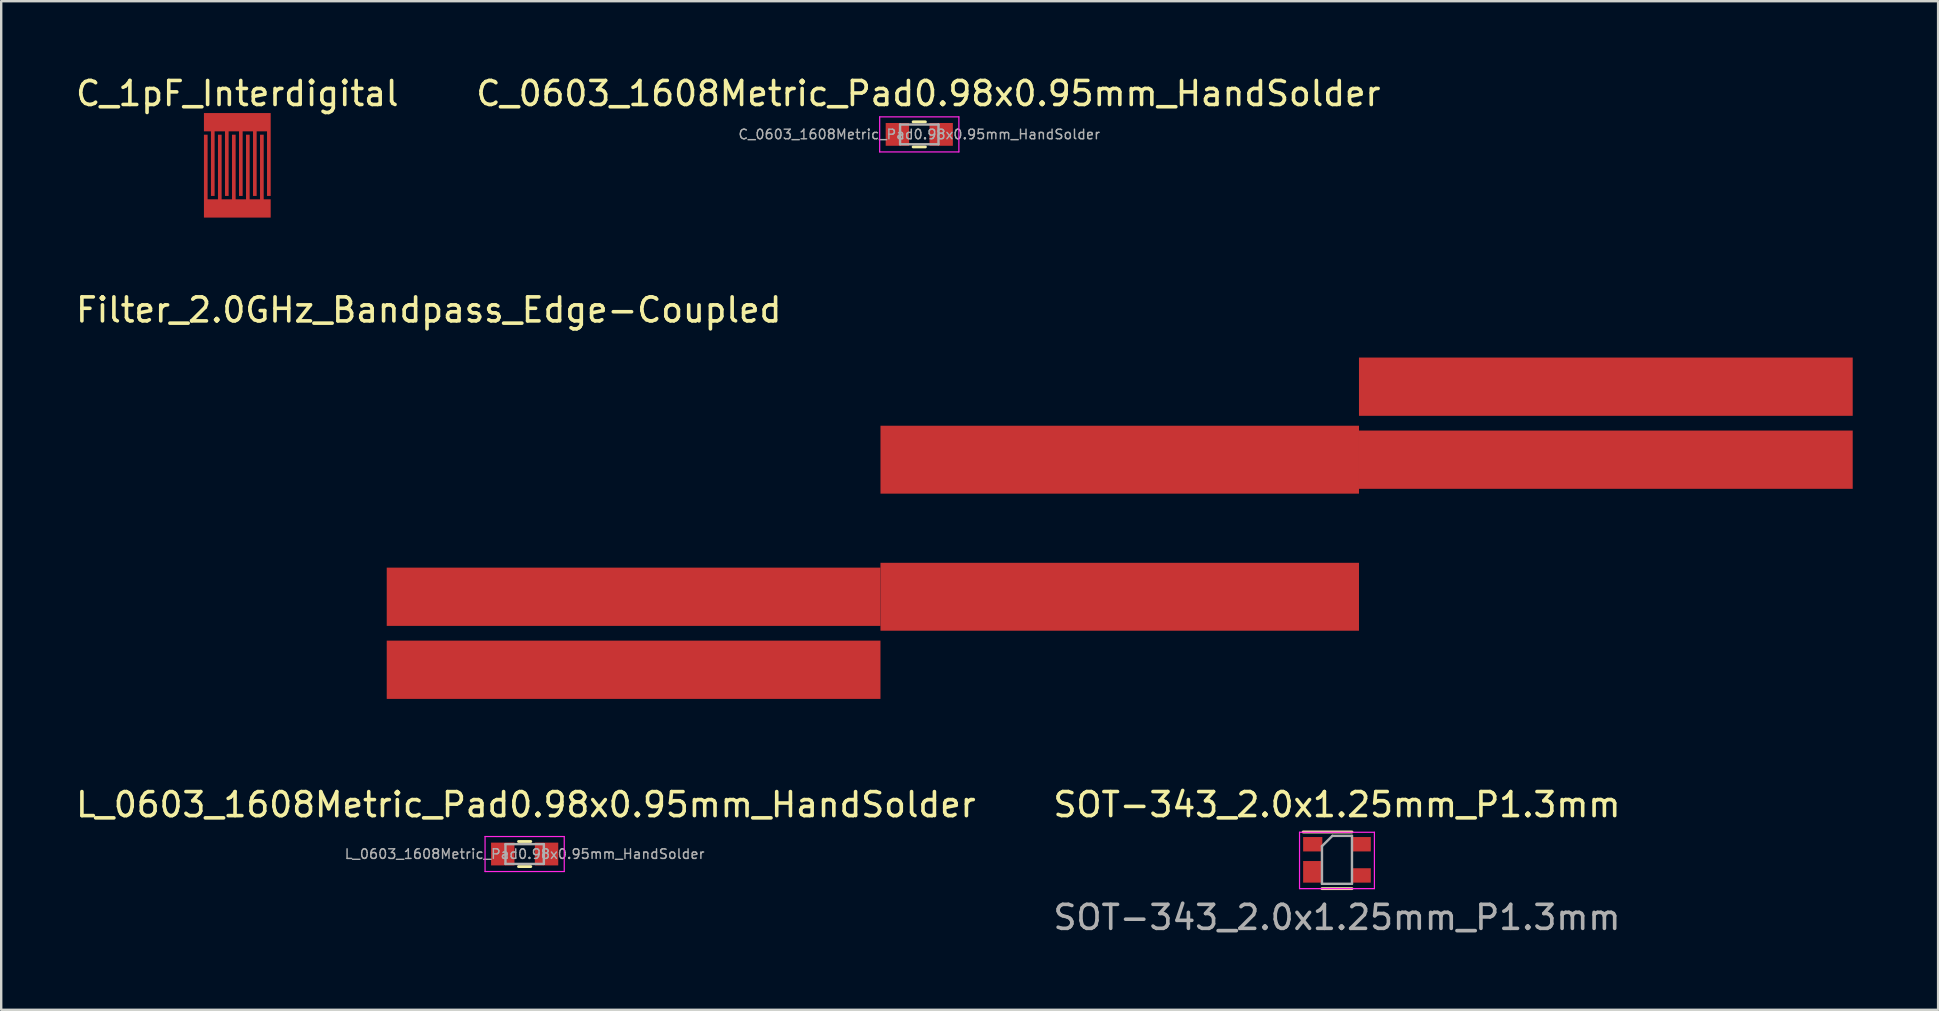
<source format=kicad_pcb>
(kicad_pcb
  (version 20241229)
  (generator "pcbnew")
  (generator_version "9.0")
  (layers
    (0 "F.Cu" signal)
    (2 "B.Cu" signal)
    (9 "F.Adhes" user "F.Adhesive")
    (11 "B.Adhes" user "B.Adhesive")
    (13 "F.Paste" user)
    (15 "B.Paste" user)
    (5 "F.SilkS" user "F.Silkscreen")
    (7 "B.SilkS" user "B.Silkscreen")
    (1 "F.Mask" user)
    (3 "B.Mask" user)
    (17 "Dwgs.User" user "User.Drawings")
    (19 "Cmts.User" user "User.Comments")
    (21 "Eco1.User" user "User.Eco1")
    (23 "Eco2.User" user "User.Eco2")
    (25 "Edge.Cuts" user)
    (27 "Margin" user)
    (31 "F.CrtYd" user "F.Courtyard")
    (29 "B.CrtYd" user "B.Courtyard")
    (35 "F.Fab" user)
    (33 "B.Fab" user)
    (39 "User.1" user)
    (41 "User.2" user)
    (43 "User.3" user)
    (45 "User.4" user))
  (footprint "SOT-343_2.0x1.25mm_P1.3mm"
    (layer "F.Cu")
    (at 52.661 32.779)
    (property "Reference" "SOT-343_2.0x1.25mm_P1.3mm" (at 0 -2.3 0) (layer "F.SilkS") (effects (font (size 1 1) (thickness 0.15))))
    (attr smd)
    (fp_line (start -1.41 -1.16) (end 0.625 -1.16) (stroke (width 0.12) (type solid)) (layer "F.SilkS"))
    (fp_line (start -0.625 1.2) (end 0.625 1.2) (stroke (width 0.12) (type solid)) (layer "F.SilkS"))
    (fp_line (start -1.56 -1.15) (end 1.56 -1.15) (stroke (width 0.05) (type solid)) (layer "F.CrtYd"))
    (fp_line (start -1.56 1.2) (end -1.56 -1.15) (stroke (width 0.05) (type solid)) (layer "F.CrtYd"))
    (fp_line (start -1.56 1.2) (end 1.56 1.2) (stroke (width 0.05) (type solid)) (layer "F.CrtYd"))
    (fp_line (start 1.56 1.2) (end 1.56 -1.15) (stroke (width 0.05) (type solid)) (layer "F.CrtYd"))
    (fp_line (start -0.625 -0.57) (end -0.625 1) (stroke (width 0.1) (type solid)) (layer "F.Fab"))
    (fp_line (start -0.625 1) (end 0.625 1) (stroke (width 0.1) (type solid)) (layer "F.Fab"))
    (fp_line (start -0.19 -1) (end -0.625 -0.57) (stroke (width 0.1) (type solid)) (layer "F.Fab"))
    (fp_line (start 0.625 -1) (end -0.19 -1) (stroke (width 0.1) (type solid)) (layer "F.Fab"))
    (fp_line (start 0.625 1) (end 0.625 -1) (stroke (width 0.1) (type solid)) (layer "F.Fab"))
    (fp_text user "${REFERENCE}" (at 0 2.4 0) (layer "F.Fab") (effects (font (size 1 1) (thickness 0.15))))
    (pad "1" smd rect (at -1.01 -0.65 270) (size 0.6 0.8) (layers "F.Cu" "F.Mask" "F.Paste"))
    (pad "2" smd rect (at -1.01 0.5 270) (size 0.9 0.8) (layers "F.Cu" "F.Mask" "F.Paste"))
    (pad "3" smd rect (at 1.01 0.65 270) (size 0.6 0.8) (layers "F.Cu" "F.Mask" "F.Paste"))
    (pad "4" smd rect (at 1.01 -0.65 270) (size 0.6 0.8) (layers "F.Cu" "F.Mask" "F.Paste")))
  (footprint "C_1pF_Interdigital"
    (layer "F.Cu")
    (at 6.839 1.737)
    (property "Reference" "C_1pF_Interdigital" (at 0 -0.889 0) (layer "F.SilkS") (effects (font (size 1 1) (thickness 0.15))))
    (attr through_hole)
    (pad "1" smd custom (at 0 0 180) (size 2.781 0.152) (layers "F.Cu" "F.Mask") (options (anchor rect)) (primitives (gr_poly (pts (xy -1.391 -0.686) (xy -1.391 -3.378) (xy -1.238 -3.378) (xy -1.238 -0.686)) (width 0) (fill yes)) (gr_poly (pts (xy -0.806 -0.686) (xy -0.806 -3.378) (xy -0.654 -3.378) (xy -0.654 -0.686)) (width 0) (fill yes)) (gr_poly (pts (xy -0.222 -0.686) (xy -0.222 -3.378) (xy -0.07 -3.378) (xy -0.07 -0.686)) (width 0) (fill yes)) (gr_poly (pts (xy 0.362 -0.686) (xy 0.362 -3.378) (xy 0.514 -3.378) (xy 0.514 -0.686)) (width 0) (fill yes)) (gr_poly (pts (xy 0.946 -0.686) (xy 0.946 -3.378) (xy 1.099 -3.378) (xy 1.099 -0.686)) (width 0) (fill yes)) (gr_poly (pts (xy -1.391 -0.686) (xy -1.391 0.076) (xy 1.391 0.076) (xy 1.391 -0.686)) (width 0) (fill yes))))
    (pad "2" smd custom (at 0 4.204) (size 2.781 0.152) (layers "F.Cu" "F.Mask") (options (anchor rect)) (primitives (gr_poly (pts (xy -1.391 -0.686) (xy -1.391 -3.378) (xy -1.238 -3.378) (xy -1.238 -0.686)) (width 0) (fill yes)) (gr_poly (pts (xy -0.806 -0.686) (xy -0.806 -3.378) (xy -0.654 -3.378) (xy -0.654 -0.686)) (width 0) (fill yes)) (gr_poly (pts (xy -0.222 -0.686) (xy -0.222 -3.378) (xy -0.07 -3.378) (xy -0.07 -0.686)) (width 0) (fill yes)) (gr_poly (pts (xy 0.362 -0.686) (xy 0.362 -3.378) (xy 0.514 -3.378) (xy 0.514 -0.686)) (width 0) (fill yes)) (gr_poly (pts (xy 0.946 -0.686) (xy 0.946 -3.378) (xy 1.099 -3.378) (xy 1.099 -0.686)) (width 0) (fill yes)) (gr_poly (pts (xy -1.391 -0.686) (xy -1.391 0.076) (xy 1.391 0.076) (xy 1.391 -0.686)) (width 0) (fill yes)))))
  (footprint "C_0603_1608Metric_Pad0.98x0.95mm_HandSolder"
    (layer "F.Cu")
    (at 35.256 2.55)
    (property "Reference" "C_0603_1608Metric_Pad0.98x0.95mm_HandSolder" (at 0.381 -1.702 0) (layer "F.SilkS") (effects (font (size 1 1) (thickness 0.15))))
    (attr through_hole)
    (fp_line (start -0.255 -0.522) (end 0.255 -0.522) (stroke (width 0.12) (type solid)) (layer "F.SilkS"))
    (fp_line (start -0.255 0.522) (end 0.255 0.522) (stroke (width 0.12) (type solid)) (layer "F.SilkS"))
    (fp_line (start -1.65 -0.73) (end 1.65 -0.73) (stroke (width 0.05) (type solid)) (layer "F.CrtYd"))
    (fp_line (start -1.65 0.73) (end -1.65 -0.73) (stroke (width 0.05) (type solid)) (layer "F.CrtYd"))
    (fp_line (start 1.65 -0.73) (end 1.65 0.73) (stroke (width 0.05) (type solid)) (layer "F.CrtYd"))
    (fp_line (start 1.65 0.73) (end -1.65 0.73) (stroke (width 0.05) (type solid)) (layer "F.CrtYd"))
    (fp_line (start -0.8 -0.412) (end 0.8 -0.412) (stroke (width 0.1) (type solid)) (layer "F.Fab"))
    (fp_line (start -0.8 0.412) (end -0.8 -0.412) (stroke (width 0.1) (type solid)) (layer "F.Fab"))
    (fp_line (start 0.8 -0.412) (end 0.8 0.412) (stroke (width 0.1) (type solid)) (layer "F.Fab"))
    (fp_line (start 0.8 0.412) (end -0.8 0.412) (stroke (width 0.1) (type solid)) (layer "F.Fab"))
    (fp_text user "${REFERENCE}" (at 0 0 0) (layer "F.Fab") (effects (font (size 0.4 0.4) (thickness 0.06))))
    (pad "1" smd rect (at -0.912 0) (size 0.975 0.95) (layers "F.Cu" "F.Mask" "F.Paste"))
    (pad "2" smd rect (at 0.912 0) (size 0.975 0.95) (layers "F.Cu" "F.Mask" "F.Paste")))
  (footprint "Filter_2.0GHz_Bandpass_Edge-Coupled"
    (layer "F.Cu")
    (at 13.065 24.859)
    (property "Reference" "Filter_2.0GHz_Bandpass_Edge-Coupled" (at 1.75 -14.994 0) (layer "F.SilkS") (effects (font (size 1 1) (thickness 0.15))))
    (attr through_hole)
    (fp_poly (pts (xy 61.595 1.722) (xy -0.508 1.722) (xy -0.508 -13.518) (xy 61.595 -13.518)) (stroke (width 0.1) (type solid)) (fill yes) (layer "F.Mask"))
    (pad "1" smd rect (at 10.287 0) (size 20.574 2.428) (layers "F.Cu" "F.Mask" "F.Paste"))
    (pad "2" smd rect (at 50.8 -11.796) (size 20.574 2.428) (layers "F.Cu" "F.Mask" "F.Paste"))
    (pad "~" smd rect (at 10.287 -3.042) (size 20.574 2.428) (layers "F.Cu" "F.Mask" "F.Paste"))
    (pad "~" smd rect (at 30.544 -8.754) (size 19.939 2.83) (layers "F.Cu" "F.Mask" "F.Paste"))
    (pad "~" smd rect (at 30.544 -3.042) (size 19.939 2.83) (layers "F.Cu" "F.Mask" "F.Paste"))
    (pad "~" smd rect (at 50.8 -8.754) (size 20.574 2.428) (layers "F.Cu" "F.Mask" "F.Paste")))
  (footprint "L_0603_1608Metric_Pad0.98x0.95mm_HandSolder"
    (layer "F.Cu")
    (at 18.812 32.537)
    (property "Reference" "L_0603_1608Metric_Pad0.98x0.95mm_HandSolder" (at 0.051 -2.057 0) (layer "F.SilkS") (effects (font (size 1 1) (thickness 0.15))))
    (attr through_hole)
    (fp_line (start -0.255 -0.522) (end 0.255 -0.522) (stroke (width 0.12) (type solid)) (layer "F.SilkS"))
    (fp_line (start -0.255 0.522) (end 0.255 0.522) (stroke (width 0.12) (type solid)) (layer "F.SilkS"))
    (fp_line (start -1.65 -0.73) (end 1.65 -0.73) (stroke (width 0.05) (type solid)) (layer "F.CrtYd"))
    (fp_line (start -1.65 0.73) (end -1.65 -0.73) (stroke (width 0.05) (type solid)) (layer "F.CrtYd"))
    (fp_line (start 1.65 -0.73) (end 1.65 0.73) (stroke (width 0.05) (type solid)) (layer "F.CrtYd"))
    (fp_line (start 1.65 0.73) (end -1.65 0.73) (stroke (width 0.05) (type solid)) (layer "F.CrtYd"))
    (fp_line (start -0.8 -0.412) (end 0.8 -0.412) (stroke (width 0.1) (type solid)) (layer "F.Fab"))
    (fp_line (start -0.8 0.412) (end -0.8 -0.412) (stroke (width 0.1) (type solid)) (layer "F.Fab"))
    (fp_line (start 0.8 -0.412) (end 0.8 0.412) (stroke (width 0.1) (type solid)) (layer "F.Fab"))
    (fp_line (start 0.8 0.412) (end -0.8 0.412) (stroke (width 0.1) (type solid)) (layer "F.Fab"))
    (fp_text user "${REFERENCE}" (at 0 0 0) (layer "F.Fab") (effects (font (size 0.4 0.4) (thickness 0.06))))
    (pad "1" smd rect (at -0.912 0) (size 0.975 0.95) (layers "F.Cu" "F.Mask" "F.Paste"))
    (pad "2" smd rect (at 0.912 0) (size 0.975 0.95) (layers "F.Cu" "F.Mask" "F.Paste")))
  (gr_rect
    (start -3 -3)
    (end 77.71 39.028)
    (stroke (width 0.1) (type default))
    (fill no)
    (layer "Edge.Cuts")))
</source>
